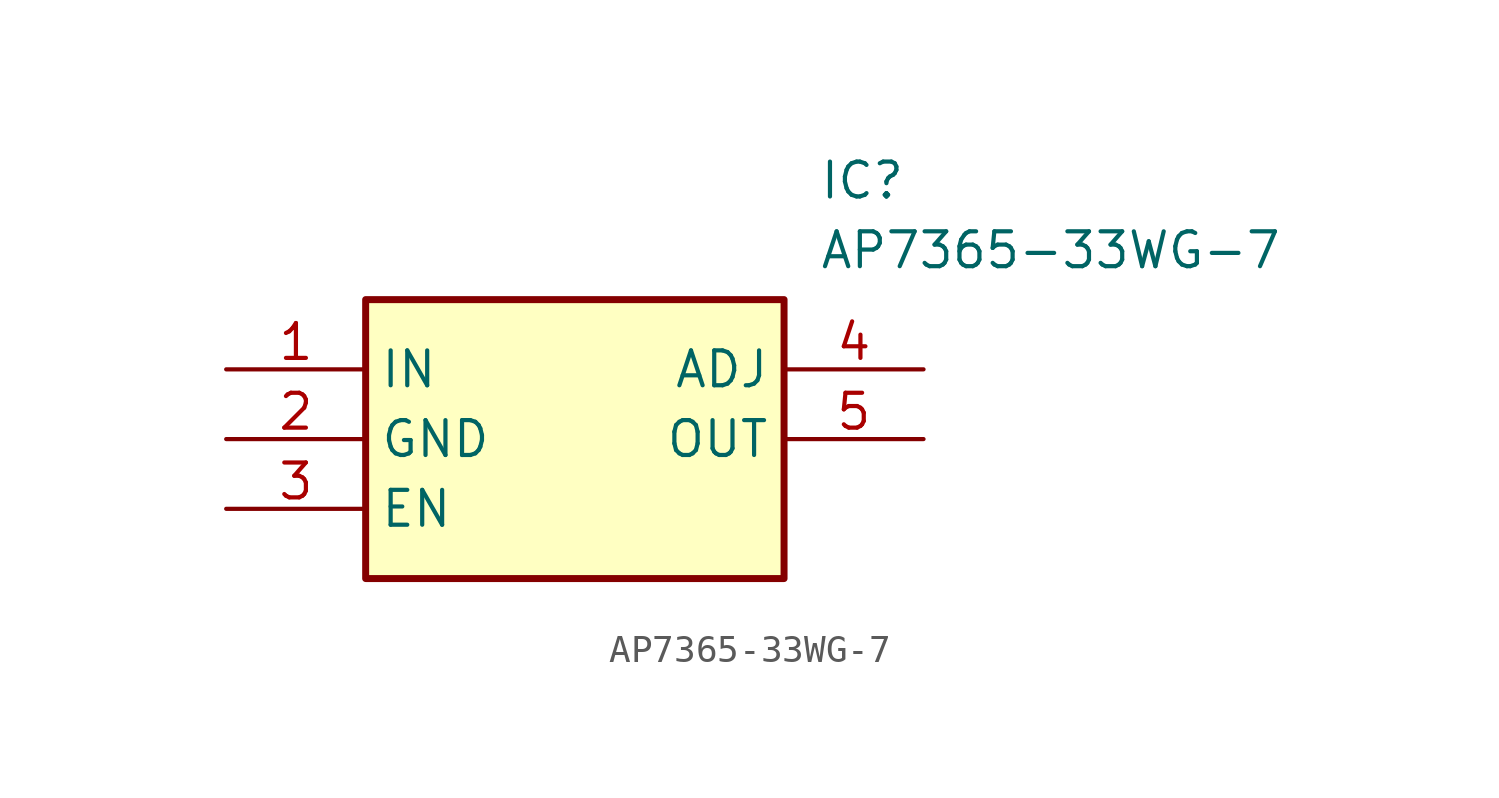
<source format=kicad_sym>
(kicad_symbol_lib
  (version 20211014)
  (generator SamacSys_ECAD_Model)
  (symbol "AP7365-33WG-7"
    (property "Reference" "IC"
      (at 21.59 7.62 0)
      (effects (font (size 1.27 1.27)) (justify left top)))
    (property "Value" "AP7365-33WG-7"
      (at 21.59 5.08 0)
      (effects (font (size 1.27 1.27)) (justify left top)))
    (rectangle
      (start 5.08 2.54)
      (end 20.32 -7.62)
      (stroke (width 0.254) (type default))
      (fill (type background)))
    (pin passive line
      (at 0 0 0)
      (length 5.08)
      (name "IN" (effects (font (size 1.27 1.27))))
      (number "1" (effects (font (size 1.27 1.27)))))
    (pin passive line
      (at 0 -2.54 0)
      (length 5.08)
      (name "GND" (effects (font (size 1.27 1.27))))
      (number "2" (effects (font (size 1.27 1.27)))))
    (pin passive line
      (at 0 -5.08 0)
      (length 5.08)
      (name "EN" (effects (font (size 1.27 1.27))))
      (number "3" (effects (font (size 1.27 1.27)))))
    (pin passive line
      (at 25.4 0 180)
      (length 5.08)
      (name "ADJ" (effects (font (size 1.27 1.27))))
      (number "4" (effects (font (size 1.27 1.27)))))
    (pin passive line
      (at 25.4 -2.54 180)
      (length 5.08)
      (name "OUT" (effects (font (size 1.27 1.27))))
      (number "5" (effects (font (size 1.27 1.27)))))))
</source>
